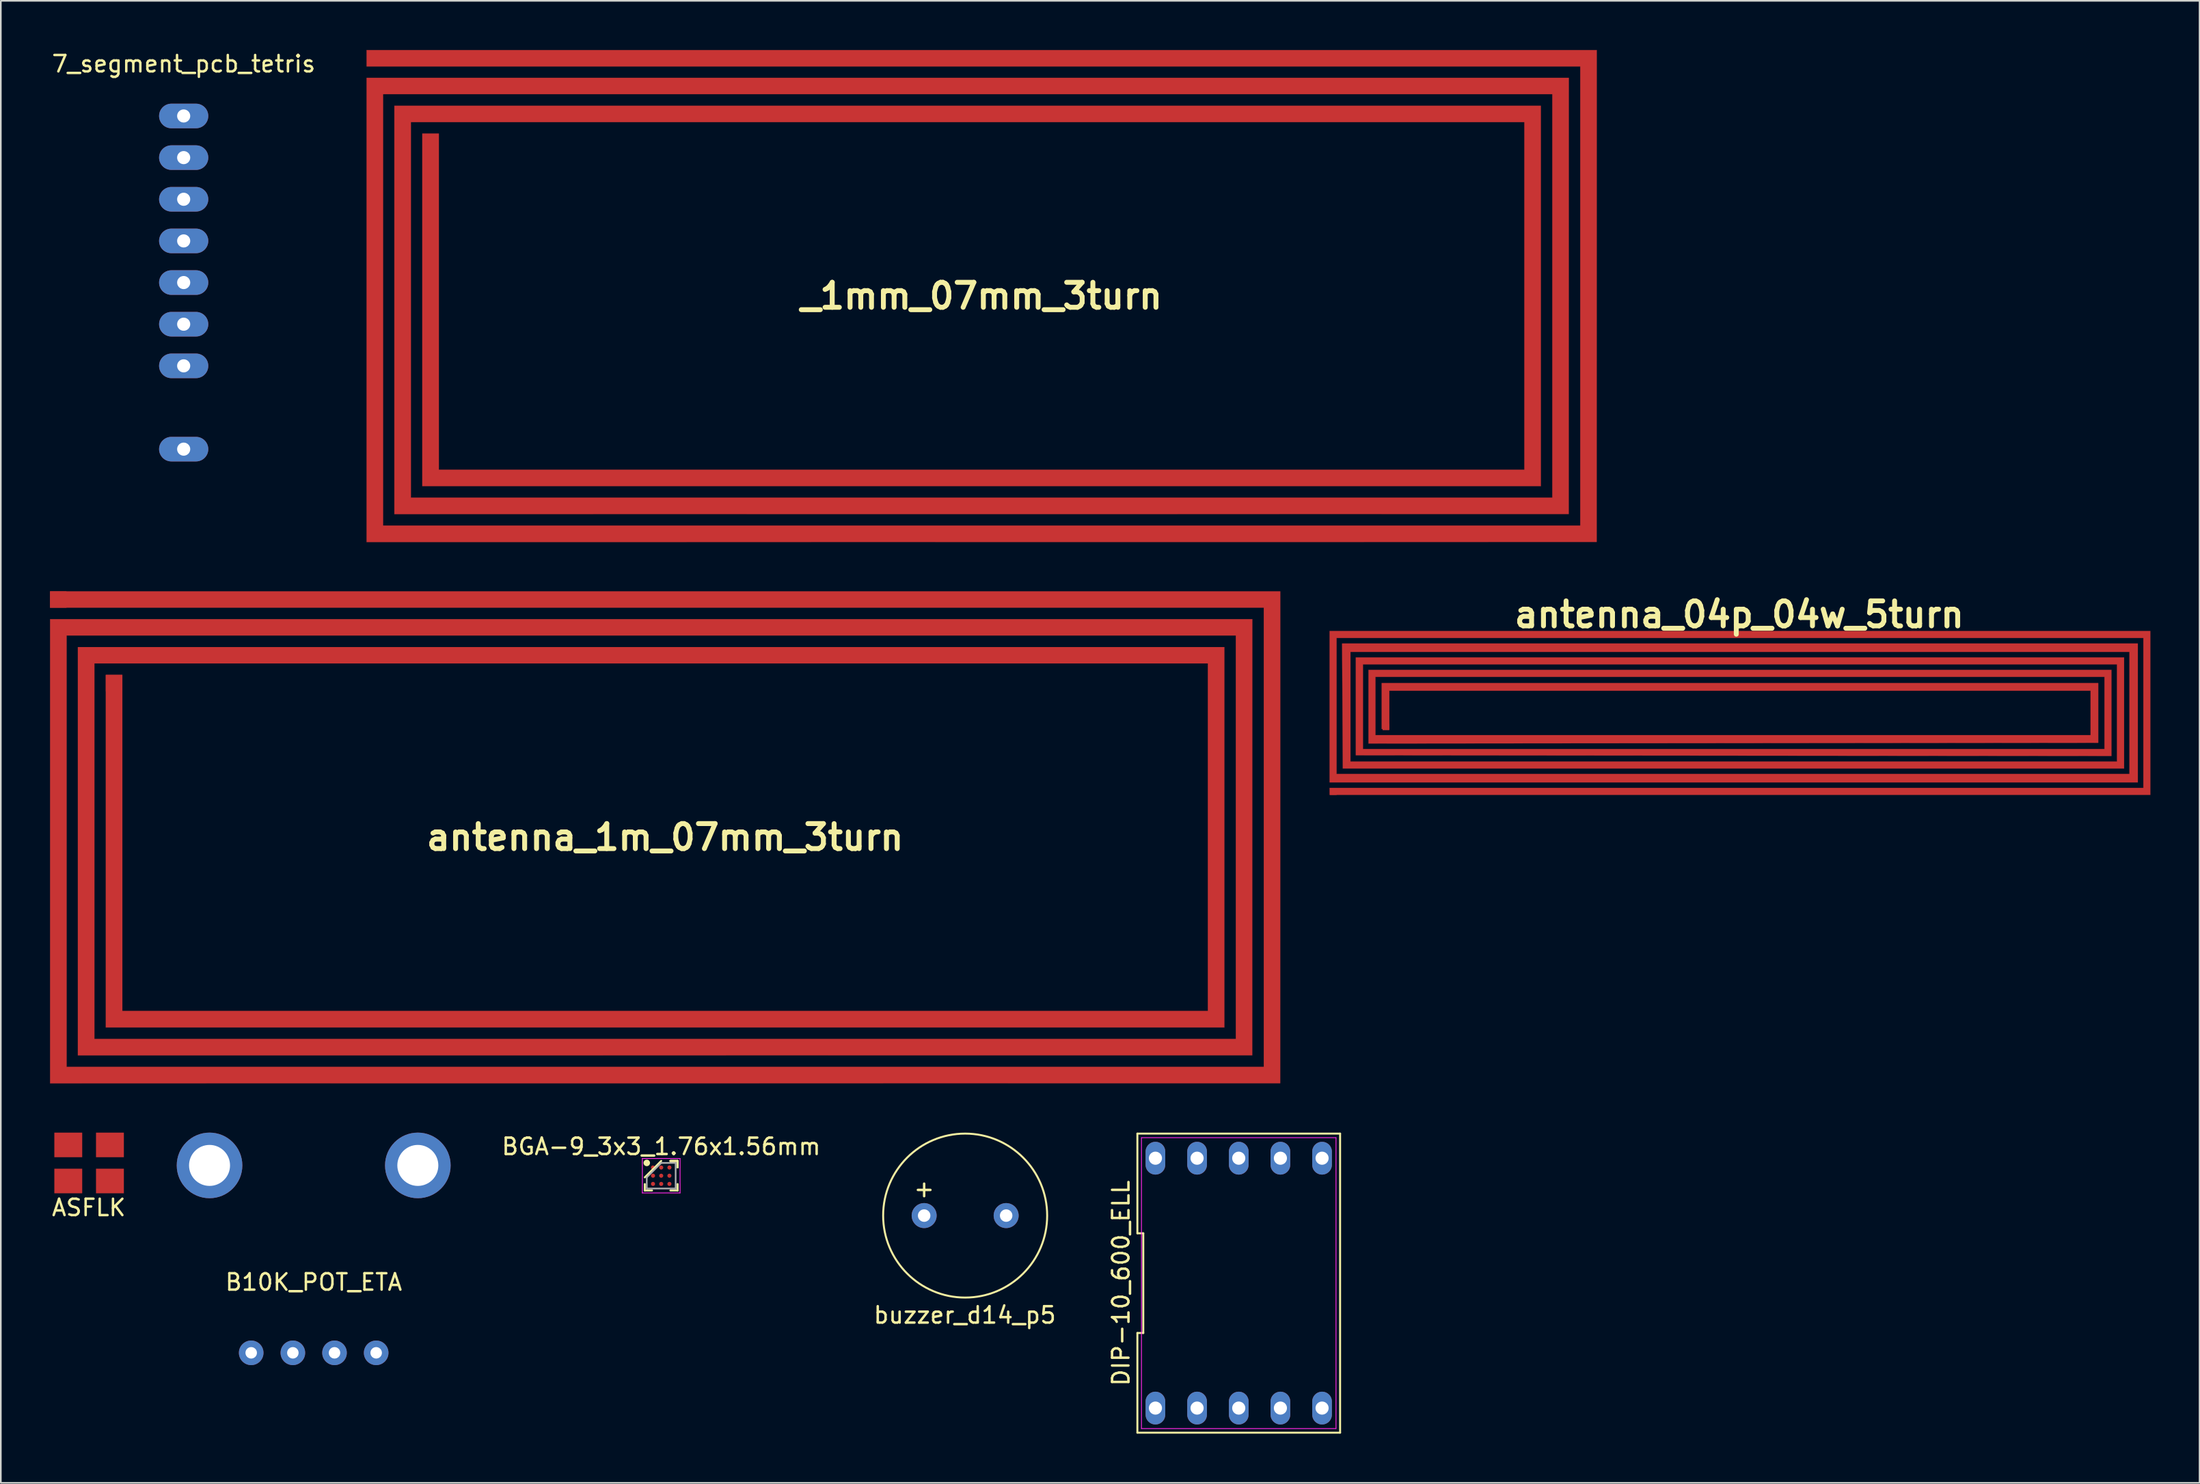
<source format=kicad_pcb>
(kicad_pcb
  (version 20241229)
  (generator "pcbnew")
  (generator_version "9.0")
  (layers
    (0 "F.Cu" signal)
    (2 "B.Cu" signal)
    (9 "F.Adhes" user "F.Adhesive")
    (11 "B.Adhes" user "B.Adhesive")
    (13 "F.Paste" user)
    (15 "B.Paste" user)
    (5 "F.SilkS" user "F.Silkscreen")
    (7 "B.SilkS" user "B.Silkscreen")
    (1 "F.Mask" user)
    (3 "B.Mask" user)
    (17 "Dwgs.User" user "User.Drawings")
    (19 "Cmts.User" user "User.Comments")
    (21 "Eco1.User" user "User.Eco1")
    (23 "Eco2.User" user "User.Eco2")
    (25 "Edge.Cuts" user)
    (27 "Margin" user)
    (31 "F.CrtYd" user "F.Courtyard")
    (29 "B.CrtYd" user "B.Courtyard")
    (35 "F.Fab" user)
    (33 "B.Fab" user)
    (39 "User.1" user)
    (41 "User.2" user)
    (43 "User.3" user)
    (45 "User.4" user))
  (footprint "buzzer_d14_p5"
    (layer "F.Cu")
    (at 55.797 71.088)
    (property "Reference" "buzzer_d14_p5" (at -0.02 6.07 0) (layer "F.SilkS") (effects (font (size 1 1) (thickness 0.15))))
    (attr through_hole)
    (fp_circle (center 0 0) (end 5 0) (stroke (width 0.12) (type solid)) (fill no) (layer "F.SilkS"))
    (fp_text user "+" (at -2.5 -1.64 0) (layer "F.SilkS") (effects (font (size 1 1) (thickness 0.15))))
    (pad "1" thru_hole circle (at -2.5 0) (size 1.524 1.524) (drill 0.762) (layers "*.Cu" "*.Mask"))
    (pad "2" thru_hole circle (at 2.5 0) (size 1.524 1.524) (drill 0.762) (layers "*.Cu" "*.Mask")))
  (footprint "_1mm_07mm_3turn"
    (layer "F.Cu")
    (at 56.799 15.002)
    (property "Reference" "_1mm_07mm_3turn" (at 0 0 0) (layer "F.SilkS") (effects (font (size 1.524 1.524) (thickness 0.3))))
    (attr through_hole)
    (fp_poly (pts (xy 37.505 0.003) (xy 37.502 15.002) (xy -37.497 15.007) (xy -37.497 -13.303) (xy 35.803 -13.303) (xy 35.798 13.298) (xy -0.003 13.301) (xy -35.803 13.303) (xy -35.803 -11.599) (xy 34.099 -11.599) (xy 34.099 11.599) (xy -34.099 11.599) (xy -34.099 -9.906) (xy -33.094 -9.906) (xy -33.094 10.594) (xy 33.094 10.594) (xy 33.094 -10.604) (xy -34.798 -10.604) (xy -34.798 12.298) (xy 34.798 12.298) (xy 34.798 -12.308) (xy -36.491 -12.308) (xy -36.491 14.002) (xy 36.502 14.002) (xy 36.502 -14.002) (xy -37.497 -14.002) (xy -37.497 -14.997) (xy 37.507 -14.997) (xy 37.505 0.003)) (stroke (width 0.01) (type solid)) (fill yes) (layer "F.Cu")))
  (footprint "B10K_POT_ETA"
    (layer "F.Cu")
    (at 16.076 75.648)
    (property "Reference" "B10K_POT_ETA" (at 0 -0.5 0) (unlocked yes) (layer "F.SilkS") (effects (font (size 1 1) (thickness 0.15))))
    (attr smd)
    (pad "1" thru_hole circle (at -3.81 3.81) (size 1.5 1.5) (drill 0.7) (layers "*.Cu" "*.Mask"))
    (pad "2" thru_hole circle (at -1.27 3.81) (size 1.5 1.5) (drill 0.7) (layers "*.Cu" "*.Mask"))
    (pad "3" thru_hole circle (at 1.27 3.81) (size 1.5 1.5) (drill 0.7) (layers "*.Cu" "*.Mask"))
    (pad "4" thru_hole circle (at 3.81 3.81) (size 1.5 1.5) (drill 0.7) (layers "*.Cu" "*.Mask"))
    (pad "MP" thru_hole circle (at -6.35 -7.62) (size 4 4) (drill 2.5) (layers "*.Cu" "*.Mask"))
    (pad "MP" thru_hole circle (at 6.35 -7.62) (size 4 4) (drill 2.5) (layers "*.Cu" "*.Mask")))
  (footprint "BGA-9_3x3_1.76x1.56mm"
    (layer "F.Cu")
    (at 37.265 68.656)
    (property "Reference" "BGA-9_3x3_1.76x1.56mm" (at 0 -1.78 0) (layer "F.SilkS") (effects (font (size 1 1) (thickness 0.15))))
    (attr smd)
    (fp_line (start -1 0.9) (end -1 0.51) (stroke (width 0.12) (type solid)) (layer "F.SilkS"))
    (fp_line (start -0.56 0.9) (end -1 0.9) (stroke (width 0.12) (type solid)) (layer "F.SilkS"))
    (fp_line (start 0 -0.9) (end -1 0.1) (stroke (width 0.12) (type solid)) (layer "F.SilkS"))
    (fp_line (start 0.56 -0.9) (end 1 -0.9) (stroke (width 0.12) (type solid)) (layer "F.SilkS"))
    (fp_line (start 0.56 -0.9) (end 1 -0.9) (stroke (width 0.12) (type solid)) (layer "F.SilkS"))
    (fp_line (start 0.56 -0.9) (end 1 -0.9) (stroke (width 0.12) (type solid)) (layer "F.SilkS"))
    (fp_line (start 0.56 0.9) (end 1 0.9) (stroke (width 0.12) (type solid)) (layer "F.SilkS"))
    (fp_line (start 1 -0.9) (end 1 -0.51) (stroke (width 0.12) (type solid)) (layer "F.SilkS"))
    (fp_line (start 1 -0.9) (end 1 -0.51) (stroke (width 0.12) (type solid)) (layer "F.SilkS"))
    (fp_line (start 1 -0.9) (end 1 -0.51) (stroke (width 0.12) (type solid)) (layer "F.SilkS"))
    (fp_line (start 1 0.9) (end 1 0.51) (stroke (width 0.12) (type solid)) (layer "F.SilkS"))
    (fp_circle (center -0.88 -0.78) (end -0.88 -0.68) (stroke (width 0.2) (type solid)) (fill no) (layer "F.SilkS"))
    (fp_line (start -1.15 -1.05) (end 1.15 -1.05) (stroke (width 0.05) (type solid)) (layer "F.CrtYd"))
    (fp_line (start -1.15 1.05) (end -1.15 -1.05) (stroke (width 0.05) (type solid)) (layer "F.CrtYd"))
    (fp_line (start 1.15 -1.05) (end 1.15 1.05) (stroke (width 0.05) (type solid)) (layer "F.CrtYd"))
    (fp_line (start 1.15 1.05) (end -1.15 1.05) (stroke (width 0.05) (type solid)) (layer "F.CrtYd"))
    (fp_line (start -0.88 0.1) (end -0.88 0.78) (stroke (width 0.1) (type solid)) (layer "F.Fab"))
    (fp_line (start -0.88 0.78) (end 0.88 0.78) (stroke (width 0.1) (type solid)) (layer "F.Fab"))
    (fp_line (start 0 -0.78) (end -0.88 0.1) (stroke (width 0.1) (type solid)) (layer "F.Fab"))
    (fp_line (start 0.88 -0.78) (end 0 -0.78) (stroke (width 0.1) (type solid)) (layer "F.Fab"))
    (fp_line (start 0.88 0.78) (end 0.88 -0.78) (stroke (width 0.1) (type solid)) (layer "F.Fab"))
    (pad "A1" smd circle (at -0.5 -0.5) (size 0.25 0.25) (layers "F.Cu" "F.Mask" "F.Paste"))
    (pad "A2" smd circle (at 0 -0.5) (size 0.25 0.25) (layers "F.Cu" "F.Mask" "F.Paste"))
    (pad "A3" smd circle (at 0.5 -0.5) (size 0.25 0.25) (layers "F.Cu" "F.Mask" "F.Paste"))
    (pad "B1" smd circle (at -0.5 0) (size 0.25 0.25) (layers "F.Cu" "F.Mask" "F.Paste"))
    (pad "B2" smd circle (at 0 0) (size 0.25 0.25) (layers "F.Cu" "F.Mask" "F.Paste"))
    (pad "B3" smd circle (at 0.5 0) (size 0.25 0.25) (layers "F.Cu" "F.Mask" "F.Paste"))
    (pad "C1" smd circle (at -0.5 0.5) (size 0.25 0.25) (layers "F.Cu" "F.Mask" "F.Paste"))
    (pad "C2" smd circle (at 0 0.5) (size 0.25 0.25) (layers "F.Cu" "F.Mask" "F.Paste"))
    (pad "C3" smd circle (at 0.5 0.5) (size 0.25 0.25) (layers "F.Cu" "F.Mask" "F.Paste")))
  (footprint "ASFLK"
    (layer "F.Cu")
    (at 2.363 67.978)
    (property "Reference" "ASFLK" (at 0 2.625 0) (layer "F.SilkS") (effects (font (size 1 1) (thickness 0.15))))
    (attr through_hole)
    (pad "1" smd rect (at -1.25 1) (size 1.7 1.5) (layers "F.Cu" "F.Mask" "F.Paste"))
    (pad "2" smd rect (at 1.29 1) (size 1.7 1.5) (layers "F.Cu" "F.Mask" "F.Paste"))
    (pad "3" smd rect (at 1.29 -1.2) (size 1.7 1.5) (layers "F.Cu" "F.Mask" "F.Paste"))
    (pad "4" smd rect (at -1.25 -1.2) (size 1.7 1.5) (layers "F.Cu" "F.Mask" "F.Paste")))
  (footprint "antenna_04p_04w_5turn"
    (layer "F.Cu")
    (at 102.996 40.432)
    (property "Reference" "antenna_04p_04w_5turn" (at 0 -6 0) (layer "F.SilkS") (effects (font (size 1.524 1.524) (thickness 0.3))))
    (attr through_hole)
    (fp_poly (pts (xy 25.061 4.995) (xy -24.977 4.995) (xy -24.977 4.572) (xy 24.638 4.572) (xy 24.638 -4.572) (xy -24.553 -4.572) (xy -24.553 3.725) (xy 23.791 3.725) (xy 23.791 -3.725) (xy -23.707 -3.725) (xy -23.707 2.963) (xy 23.029 2.963) (xy 23.029 -2.963) (xy -22.945 -2.963) (xy -22.945 2.201) (xy 22.267 2.201) (xy 22.267 -2.201) (xy -22.183 -2.201) (xy -22.183 1.355) (xy 21.421 1.355) (xy 21.421 -1.355) (xy -21.336 -1.355) (xy -21.336 1.027) (xy -21.802 0.974) (xy -21.802 -1.82) (xy 21.886 -1.82) (xy 21.886 1.82) (xy -0.36 1.842) (xy -22.606 1.863) (xy -22.606 -2.625) (xy 22.691 -2.625) (xy 22.691 2.625) (xy -0.344 2.604) (xy -23.379 2.582) (xy -23.379 -0.403) (xy -23.379 -3.388) (xy 23.463 -3.388) (xy 23.463 3.389) (xy -0.355 3.388) (xy -24.172 3.388) (xy -24.194 -0.423) (xy -24.216 -4.233) (xy 24.299 -4.233) (xy 24.299 4.233) (xy -24.977 4.233) (xy -24.977 -4.995) (xy 25.061 -4.995) (xy 25.061 4.995)) (stroke (width 0.01) (type solid)) (fill yes) (layer "F.Cu"))
    (pad "1" smd rect (at -24.75 4.8) (size 0.4 0.4) (layers "F.Cu" "F.Mask" "F.Paste"))
    (pad "2" smd rect (at -21.55 0.85) (size 0.4 0.4) (layers "F.Cu" "F.Mask" "F.Paste")))
  (footprint "7_segment_pcb_tetris"
    (layer "F.Cu")
    (at 8.149 14.183)
    (property "Reference" "7_segment_pcb_tetris" (at 0 -13.335 0) (unlocked yes) (layer "F.SilkS") (effects (font (size 1 1) (thickness 0.15))))
    (attr smd)
    (pad "1" thru_hole oval (at 0 -10.16) (size 3 1.5) (drill 0.8) (layers "*.Cu" "*.Mask"))
    (pad "2" thru_hole oval (at 0 -7.62) (size 3 1.5) (drill 0.8) (layers "*.Cu" "*.Mask"))
    (pad "3" thru_hole oval (at 0 -5.08) (size 3 1.5) (drill 0.8) (layers "*.Cu" "*.Mask"))
    (pad "4" thru_hole oval (at 0 -2.54) (size 3 1.5) (drill 0.8) (layers "*.Cu" "*.Mask"))
    (pad "5" thru_hole oval (at 0 0) (size 3 1.5) (drill 0.8) (layers "*.Cu" "*.Mask"))
    (pad "6" thru_hole oval (at 0 2.54) (size 3 1.5) (drill 0.8) (layers "*.Cu" "*.Mask"))
    (pad "7" thru_hole oval (at 0 5.08) (size 3 1.5) (drill 0.8) (layers "*.Cu" "*.Mask"))
    (pad "8" thru_hole oval (at 0 10.16) (size 3 1.5) (drill 0.8) (layers "*.Cu" "*.Mask")))
  (footprint "DIP-10_600_ELL"
    (layer "F.Cu")
    (at 72.478 75.208)
    (property "Reference" "DIP-10_600_ELL" (at -7.18 0 90) (layer "F.SilkS") (effects (font (size 1 1) (thickness 0.15))))
    (attr through_hole)
    (fp_line (start -6.18 -3.04) (end -5.82 -3.04) (stroke (width 0.12) (type solid)) (layer "F.SilkS"))
    (fp_line (start -6.18 3.04) (end -6.18 9.12) (stroke (width 0.12) (type solid)) (layer "F.SilkS"))
    (fp_line (start -6.18 9.12) (end 6.18 9.12) (stroke (width 0.12) (type solid)) (layer "F.SilkS"))
    (fp_line (start -6.18 -9.12) (end -6.18 -3.04) (stroke (width 0.12) (type solid)) (layer "F.SilkS"))
    (fp_line (start -5.82 -3.04) (end -5.82 3.04) (stroke (width 0.12) (type solid)) (layer "F.SilkS"))
    (fp_line (start -5.82 3.04) (end -6.18 3.04) (stroke (width 0.12) (type solid)) (layer "F.SilkS"))
    (fp_line (start 6.18 9.12) (end 6.18 -9.12) (stroke (width 0.12) (type solid)) (layer "F.SilkS"))
    (fp_line (start 6.18 -9.12) (end -6.18 -9.12) (stroke (width 0.12) (type solid)) (layer "F.SilkS"))
    (fp_line (start -5.93 -8.87) (end 5.93 -8.87) (stroke (width 0.05) (type solid)) (layer "F.CrtYd"))
    (fp_line (start -5.93 8.87) (end -5.93 -8.87) (stroke (width 0.05) (type solid)) (layer "F.CrtYd"))
    (fp_line (start 5.93 -8.87) (end 5.93 8.87) (stroke (width 0.05) (type solid)) (layer "F.CrtYd"))
    (fp_line (start 5.93 8.87) (end -5.93 8.87) (stroke (width 0.05) (type solid)) (layer "F.CrtYd"))
    (pad "1" thru_hole oval (at -5.08 7.62) (size 1.2 2) (drill 0.8) (layers "*.Cu" "*.Mask"))
    (pad "2" thru_hole oval (at -2.54 7.62) (size 1.2 2) (drill 0.8) (layers "*.Cu" "*.Mask"))
    (pad "3" thru_hole oval (at 0 7.62) (size 1.2 2) (drill 0.8) (layers "*.Cu" "*.Mask"))
    (pad "4" thru_hole oval (at 2.54 7.62) (size 1.2 2) (drill 0.8) (layers "*.Cu" "*.Mask"))
    (pad "5" thru_hole oval (at 5.08 7.62) (size 1.2 2) (drill 0.8) (layers "*.Cu" "*.Mask"))
    (pad "6" thru_hole oval (at 5.08 -7.62) (size 1.2 2) (drill 0.8) (layers "*.Cu" "*.Mask"))
    (pad "7" thru_hole oval (at 2.54 -7.62) (size 1.2 2) (drill 0.8) (layers "*.Cu" "*.Mask"))
    (pad "8" thru_hole oval (at 0 -7.62) (size 1.2 2) (drill 0.8) (layers "*.Cu" "*.Mask"))
    (pad "9" thru_hole oval (at -2.54 -7.62) (size 1.2 2) (drill 0.8) (layers "*.Cu" "*.Mask"))
    (pad "10" thru_hole oval (at -5.08 -7.62) (size 1.2 2) (drill 0.8) (layers "*.Cu" "*.Mask")))
  (footprint "antenna_1m_07mm_3turn"
    (layer "F.Cu")
    (at 37.502 48.015)
    (property "Reference" "antenna_1m_07mm_3turn" (at 0 0 0) (layer "F.SilkS") (effects (font (size 1.524 1.524) (thickness 0.3))))
    (attr through_hole)
    (fp_poly (pts (xy 37.505 0.003) (xy 37.502 15.002) (xy -37.497 15.007) (xy -37.497 -13.303) (xy 35.803 -13.303) (xy 35.798 13.298) (xy -0.003 13.301) (xy -35.803 13.303) (xy -35.803 -11.599) (xy 34.099 -11.599) (xy 34.099 11.599) (xy -34.099 11.599) (xy -34.099 -9.906) (xy -33.094 -9.906) (xy -33.094 10.594) (xy 33.094 10.594) (xy 33.094 -10.604) (xy -34.798 -10.604) (xy -34.798 12.298) (xy 34.798 12.298) (xy 34.798 -12.308) (xy -36.491 -12.308) (xy -36.491 14.002) (xy 36.502 14.002) (xy 36.502 -14.002) (xy -37.497 -14.002) (xy -37.497 -14.997) (xy 37.507 -14.997) (xy 37.505 0.003)) (stroke (width 0.01) (type solid)) (fill yes) (layer "F.Cu"))
    (pad "1" smd rect (at -37 -14.5) (size 1 1) (layers "F.Cu" "F.Mask" "F.Paste"))
    (pad "2" smd rect (at -33.6 -9.4) (size 1 1) (layers "F.Cu" "F.Mask" "F.Paste")))
  (gr_rect
    (start -3 -3)
    (end 131.062 87.388)
    (stroke (width 0.1) (type default))
    (fill no)
    (layer "Edge.Cuts")))
</source>
